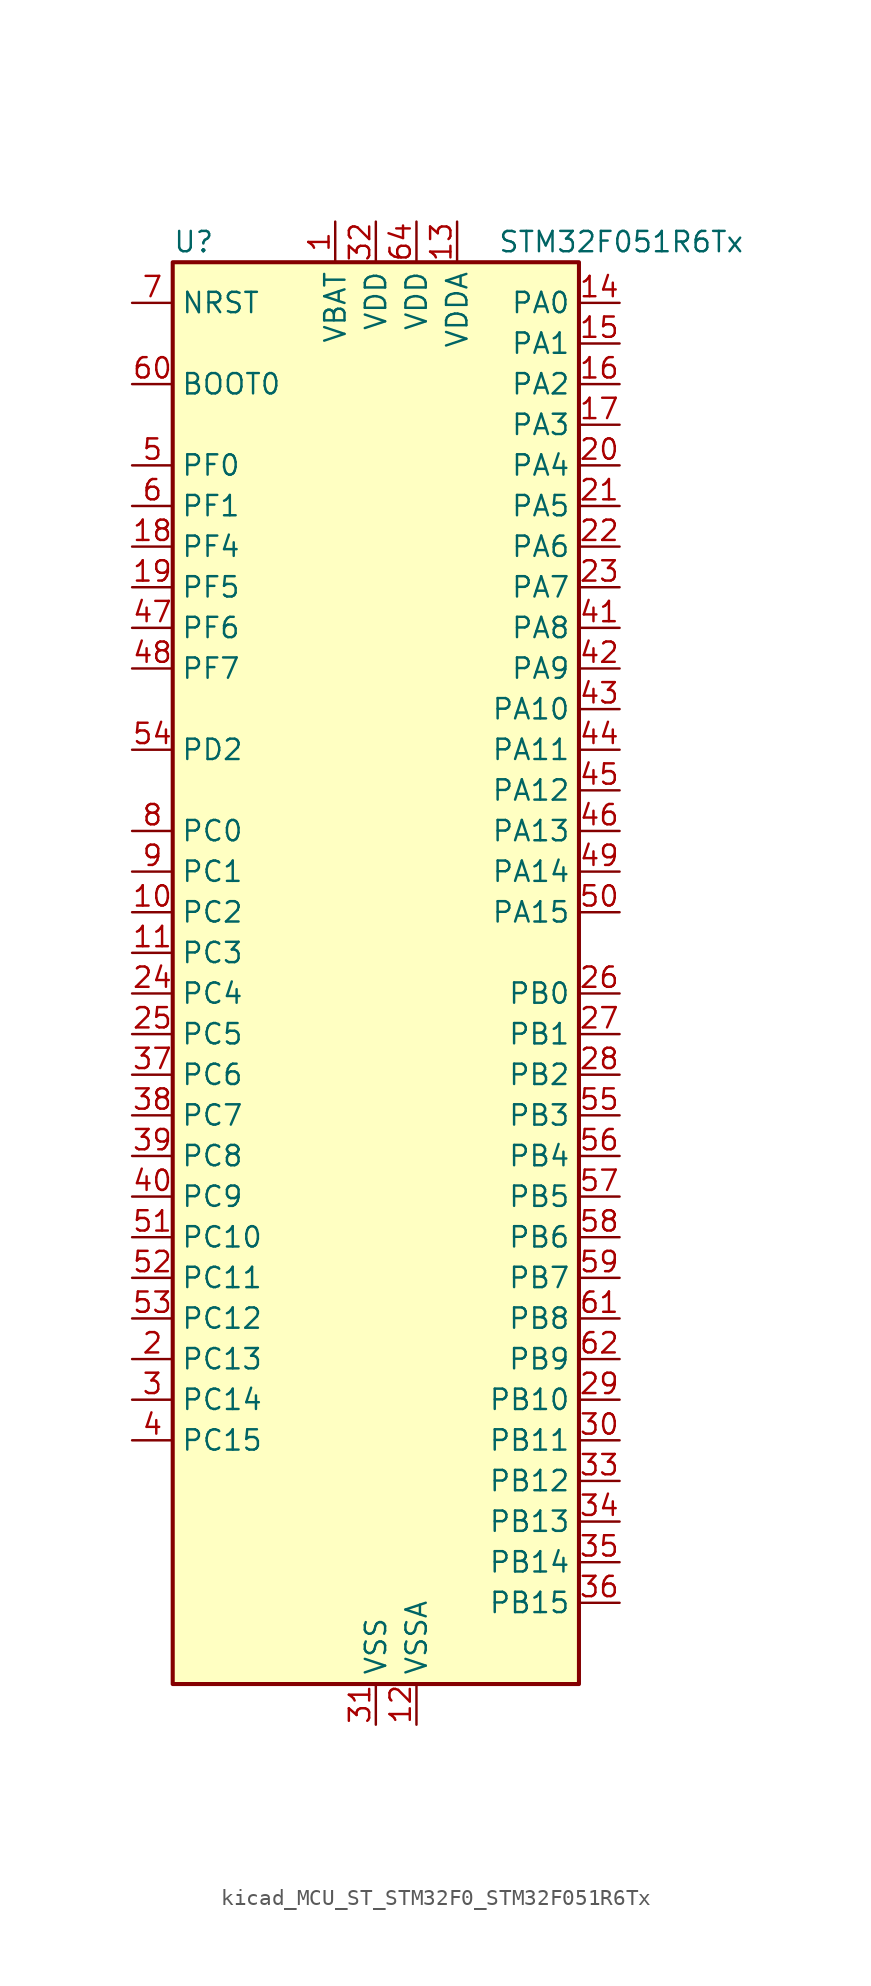
<source format=kicad_sym>
(kicad_symbol_lib
  (version 20220914)
  (generator kicad_symbol_editor)
  (symbol "kicad_MCU_ST_STM32F0_STM32F051R6Tx"
    (property "Reference" "U"
      (at -12.7 46.99 0)
      (effects (font (size 1.27 1.27)) (justify left)))
    (property "Value" "STM32F051R6Tx"
      (at 7.62 46.99 0)
      (effects (font (size 1.27 1.27)) (justify left)))
    (property "ki_locked" ""
      (at 0 0 0)
      (effects (font (size 1.27 1.27))))
    (symbol "kicad_MCU_ST_STM32F0_STM32F051R6Tx_0_1"
      (rectangle (start -12.7 -43.18) (end 12.7 45.72) (stroke (width 0.254) (type default)) (fill (type background))))
    (symbol "kicad_MCU_ST_STM32F0_STM32F051R6Tx_1_1"
      (pin power_in line (at -2.54 48.26 270) (length 2.54) (name "VBAT" (effects (font (size 1.27 1.27)))) (number "1" (effects (font (size 1.27 1.27)))))
      (pin bidirectional line (at -15.24 5.08 0) (length 2.54) (name "PC2" (effects (font (size 1.27 1.27)))) (number "10" (effects (font (size 1.27 1.27)))) (alternate "ADC_IN12" bidirectional line))
      (pin bidirectional line (at -15.24 2.54 0) (length 2.54) (name "PC3" (effects (font (size 1.27 1.27)))) (number "11" (effects (font (size 1.27 1.27)))) (alternate "ADC_IN13" bidirectional line))
      (pin power_in line (at 2.54 -45.72 90) (length 2.54) (name "VSSA" (effects (font (size 1.27 1.27)))) (number "12" (effects (font (size 1.27 1.27)))))
      (pin power_in line (at 5.08 48.26 270) (length 2.54) (name "VDDA" (effects (font (size 1.27 1.27)))) (number "13" (effects (font (size 1.27 1.27)))))
      (pin bidirectional line (at 15.24 43.18 180) (length 2.54) (name "PA0" (effects (font (size 1.27 1.27)))) (number "14" (effects (font (size 1.27 1.27)))) (alternate "ADC_IN0" bidirectional line) (alternate "COMP1_INM" bidirectional line) (alternate "COMP1_OUT" bidirectional line) (alternate "RTC_TAMP2" bidirectional line) (alternate "SYS_WKUP1" bidirectional line) (alternate "TIM2_CH1" bidirectional line) (alternate "TIM2_ETR" bidirectional line) (alternate "TSC_G1_IO1" bidirectional line) (alternate "USART2_CTS" bidirectional line))
      (pin bidirectional line (at 15.24 40.64 180) (length 2.54) (name "PA1" (effects (font (size 1.27 1.27)))) (number "15" (effects (font (size 1.27 1.27)))) (alternate "ADC_IN1" bidirectional line) (alternate "COMP1_INP" bidirectional line) (alternate "TIM2_CH2" bidirectional line) (alternate "TSC_G1_IO2" bidirectional line) (alternate "USART2_DE" bidirectional line) (alternate "USART2_RTS" bidirectional line))
      (pin bidirectional line (at 15.24 38.1 180) (length 2.54) (name "PA2" (effects (font (size 1.27 1.27)))) (number "16" (effects (font (size 1.27 1.27)))) (alternate "ADC_IN2" bidirectional line) (alternate "COMP2_INM" bidirectional line) (alternate "COMP2_OUT" bidirectional line) (alternate "TIM15_CH1" bidirectional line) (alternate "TIM2_CH3" bidirectional line) (alternate "TSC_G1_IO3" bidirectional line) (alternate "USART2_TX" bidirectional line))
      (pin bidirectional line (at 15.24 35.56 180) (length 2.54) (name "PA3" (effects (font (size 1.27 1.27)))) (number "17" (effects (font (size 1.27 1.27)))) (alternate "ADC_IN3" bidirectional line) (alternate "COMP2_INP" bidirectional line) (alternate "TIM15_CH2" bidirectional line) (alternate "TIM2_CH4" bidirectional line) (alternate "TSC_G1_IO4" bidirectional line) (alternate "USART2_RX" bidirectional line))
      (pin bidirectional line (at -15.24 27.94 0) (length 2.54) (name "PF4" (effects (font (size 1.27 1.27)))) (number "18" (effects (font (size 1.27 1.27)))))
      (pin bidirectional line (at -15.24 25.4 0) (length 2.54) (name "PF5" (effects (font (size 1.27 1.27)))) (number "19" (effects (font (size 1.27 1.27)))))
      (pin bidirectional line (at -15.24 -22.86 0) (length 2.54) (name "PC13" (effects (font (size 1.27 1.27)))) (number "2" (effects (font (size 1.27 1.27)))) (alternate "RTC_OUT_ALARM" bidirectional line) (alternate "RTC_OUT_CALIB" bidirectional line) (alternate "RTC_TAMP1" bidirectional line) (alternate "RTC_TS" bidirectional line) (alternate "SYS_WKUP2" bidirectional line))
      (pin bidirectional line (at 15.24 33.02 180) (length 2.54) (name "PA4" (effects (font (size 1.27 1.27)))) (number "20" (effects (font (size 1.27 1.27)))) (alternate "ADC_IN4" bidirectional line) (alternate "COMP1_INM" bidirectional line) (alternate "COMP2_INM" bidirectional line) (alternate "DAC1_OUT1" bidirectional line) (alternate "I2S1_WS" bidirectional line) (alternate "SPI1_NSS" bidirectional line) (alternate "TIM14_CH1" bidirectional line) (alternate "TSC_G2_IO1" bidirectional line) (alternate "USART2_CK" bidirectional line))
      (pin bidirectional line (at 15.24 30.48 180) (length 2.54) (name "PA5" (effects (font (size 1.27 1.27)))) (number "21" (effects (font (size 1.27 1.27)))) (alternate "ADC_IN5" bidirectional line) (alternate "CEC" bidirectional line) (alternate "COMP1_INM" bidirectional line) (alternate "COMP2_INM" bidirectional line) (alternate "I2S1_CK" bidirectional line) (alternate "SPI1_SCK" bidirectional line) (alternate "TIM2_CH1" bidirectional line) (alternate "TIM2_ETR" bidirectional line) (alternate "TSC_G2_IO2" bidirectional line))
      (pin bidirectional line (at 15.24 27.94 180) (length 2.54) (name "PA6" (effects (font (size 1.27 1.27)))) (number "22" (effects (font (size 1.27 1.27)))) (alternate "ADC_IN6" bidirectional line) (alternate "COMP1_OUT" bidirectional line) (alternate "I2S1_MCK" bidirectional line) (alternate "SPI1_MISO" bidirectional line) (alternate "TIM16_CH1" bidirectional line) (alternate "TIM1_BKIN" bidirectional line) (alternate "TIM3_CH1" bidirectional line) (alternate "TSC_G2_IO3" bidirectional line))
      (pin bidirectional line (at 15.24 25.4 180) (length 2.54) (name "PA7" (effects (font (size 1.27 1.27)))) (number "23" (effects (font (size 1.27 1.27)))) (alternate "ADC_IN7" bidirectional line) (alternate "COMP2_OUT" bidirectional line) (alternate "I2S1_SD" bidirectional line) (alternate "SPI1_MOSI" bidirectional line) (alternate "TIM14_CH1" bidirectional line) (alternate "TIM17_CH1" bidirectional line) (alternate "TIM1_CH1N" bidirectional line) (alternate "TIM3_CH2" bidirectional line) (alternate "TSC_G2_IO4" bidirectional line))
      (pin bidirectional line (at -15.24 0 0) (length 2.54) (name "PC4" (effects (font (size 1.27 1.27)))) (number "24" (effects (font (size 1.27 1.27)))) (alternate "ADC_IN14" bidirectional line))
      (pin bidirectional line (at -15.24 -2.54 0) (length 2.54) (name "PC5" (effects (font (size 1.27 1.27)))) (number "25" (effects (font (size 1.27 1.27)))) (alternate "ADC_IN15" bidirectional line) (alternate "TSC_G3_IO1" bidirectional line))
      (pin bidirectional line (at 15.24 0 180) (length 2.54) (name "PB0" (effects (font (size 1.27 1.27)))) (number "26" (effects (font (size 1.27 1.27)))) (alternate "ADC_IN8" bidirectional line) (alternate "TIM1_CH2N" bidirectional line) (alternate "TIM3_CH3" bidirectional line) (alternate "TSC_G3_IO2" bidirectional line))
      (pin bidirectional line (at 15.24 -2.54 180) (length 2.54) (name "PB1" (effects (font (size 1.27 1.27)))) (number "27" (effects (font (size 1.27 1.27)))) (alternate "ADC_IN9" bidirectional line) (alternate "TIM14_CH1" bidirectional line) (alternate "TIM1_CH3N" bidirectional line) (alternate "TIM3_CH4" bidirectional line) (alternate "TSC_G3_IO3" bidirectional line))
      (pin bidirectional line (at 15.24 -5.08 180) (length 2.54) (name "PB2" (effects (font (size 1.27 1.27)))) (number "28" (effects (font (size 1.27 1.27)))) (alternate "TSC_G3_IO4" bidirectional line))
      (pin bidirectional line (at 15.24 -25.4 180) (length 2.54) (name "PB10" (effects (font (size 1.27 1.27)))) (number "29" (effects (font (size 1.27 1.27)))) (alternate "CEC" bidirectional line) (alternate "TIM2_CH3" bidirectional line) (alternate "TSC_SYNC" bidirectional line))
      (pin bidirectional line (at -15.24 -25.4 0) (length 2.54) (name "PC14" (effects (font (size 1.27 1.27)))) (number "3" (effects (font (size 1.27 1.27)))) (alternate "RCC_OSC32_IN" bidirectional line))
      (pin bidirectional line (at 15.24 -27.94 180) (length 2.54) (name "PB11" (effects (font (size 1.27 1.27)))) (number "30" (effects (font (size 1.27 1.27)))) (alternate "TIM2_CH4" bidirectional line) (alternate "TSC_G6_IO1" bidirectional line))
      (pin power_in line (at 0 -45.72 90) (length 2.54) (name "VSS" (effects (font (size 1.27 1.27)))) (number "31" (effects (font (size 1.27 1.27)))))
      (pin power_in line (at 0 48.26 270) (length 2.54) (name "VDD" (effects (font (size 1.27 1.27)))) (number "32" (effects (font (size 1.27 1.27)))))
      (pin bidirectional line (at 15.24 -30.48 180) (length 2.54) (name "PB12" (effects (font (size 1.27 1.27)))) (number "33" (effects (font (size 1.27 1.27)))) (alternate "SPI2_NSS" bidirectional line) (alternate "TIM1_BKIN" bidirectional line) (alternate "TSC_G6_IO2" bidirectional line))
      (pin bidirectional line (at 15.24 -33.02 180) (length 2.54) (name "PB13" (effects (font (size 1.27 1.27)))) (number "34" (effects (font (size 1.27 1.27)))) (alternate "SPI2_SCK" bidirectional line) (alternate "TIM1_CH1N" bidirectional line) (alternate "TSC_G6_IO3" bidirectional line))
      (pin bidirectional line (at 15.24 -35.56 180) (length 2.54) (name "PB14" (effects (font (size 1.27 1.27)))) (number "35" (effects (font (size 1.27 1.27)))) (alternate "SPI2_MISO" bidirectional line) (alternate "TIM15_CH1" bidirectional line) (alternate "TIM1_CH2N" bidirectional line) (alternate "TSC_G6_IO4" bidirectional line))
      (pin bidirectional line (at 15.24 -38.1 180) (length 2.54) (name "PB15" (effects (font (size 1.27 1.27)))) (number "36" (effects (font (size 1.27 1.27)))) (alternate "RTC_REFIN" bidirectional line) (alternate "SPI2_MOSI" bidirectional line) (alternate "TIM15_CH1N" bidirectional line) (alternate "TIM15_CH2" bidirectional line) (alternate "TIM1_CH3N" bidirectional line))
      (pin bidirectional line (at -15.24 -5.08 0) (length 2.54) (name "PC6" (effects (font (size 1.27 1.27)))) (number "37" (effects (font (size 1.27 1.27)))) (alternate "TIM3_CH1" bidirectional line))
      (pin bidirectional line (at -15.24 -7.62 0) (length 2.54) (name "PC7" (effects (font (size 1.27 1.27)))) (number "38" (effects (font (size 1.27 1.27)))) (alternate "TIM3_CH2" bidirectional line))
      (pin bidirectional line (at -15.24 -10.16 0) (length 2.54) (name "PC8" (effects (font (size 1.27 1.27)))) (number "39" (effects (font (size 1.27 1.27)))) (alternate "TIM3_CH3" bidirectional line))
      (pin bidirectional line (at -15.24 -27.94 0) (length 2.54) (name "PC15" (effects (font (size 1.27 1.27)))) (number "4" (effects (font (size 1.27 1.27)))) (alternate "RCC_OSC32_OUT" bidirectional line))
      (pin bidirectional line (at -15.24 -12.7 0) (length 2.54) (name "PC9" (effects (font (size 1.27 1.27)))) (number "40" (effects (font (size 1.27 1.27)))) (alternate "DAC1_EXTI9" bidirectional line) (alternate "TIM3_CH4" bidirectional line))
      (pin bidirectional line (at 15.24 22.86 180) (length 2.54) (name "PA8" (effects (font (size 1.27 1.27)))) (number "41" (effects (font (size 1.27 1.27)))) (alternate "RCC_MCO" bidirectional line) (alternate "TIM1_CH1" bidirectional line) (alternate "USART1_CK" bidirectional line))
      (pin bidirectional line (at 15.24 20.32 180) (length 2.54) (name "PA9" (effects (font (size 1.27 1.27)))) (number "42" (effects (font (size 1.27 1.27)))) (alternate "DAC1_EXTI9" bidirectional line) (alternate "TIM15_BKIN" bidirectional line) (alternate "TIM1_CH2" bidirectional line) (alternate "TSC_G4_IO1" bidirectional line) (alternate "USART1_TX" bidirectional line))
      (pin bidirectional line (at 15.24 17.78 180) (length 2.54) (name "PA10" (effects (font (size 1.27 1.27)))) (number "43" (effects (font (size 1.27 1.27)))) (alternate "TIM17_BKIN" bidirectional line) (alternate "TIM1_CH3" bidirectional line) (alternate "TSC_G4_IO2" bidirectional line) (alternate "USART1_RX" bidirectional line))
      (pin bidirectional line (at 15.24 15.24 180) (length 2.54) (name "PA11" (effects (font (size 1.27 1.27)))) (number "44" (effects (font (size 1.27 1.27)))) (alternate "COMP1_OUT" bidirectional line) (alternate "TIM1_CH4" bidirectional line) (alternate "TSC_G4_IO3" bidirectional line) (alternate "USART1_CTS" bidirectional line))
      (pin bidirectional line (at 15.24 12.7 180) (length 2.54) (name "PA12" (effects (font (size 1.27 1.27)))) (number "45" (effects (font (size 1.27 1.27)))) (alternate "COMP2_OUT" bidirectional line) (alternate "TIM1_ETR" bidirectional line) (alternate "TSC_G4_IO4" bidirectional line) (alternate "USART1_DE" bidirectional line) (alternate "USART1_RTS" bidirectional line))
      (pin bidirectional line (at 15.24 10.16 180) (length 2.54) (name "PA13" (effects (font (size 1.27 1.27)))) (number "46" (effects (font (size 1.27 1.27)))) (alternate "IR_OUT" bidirectional line) (alternate "SYS_SWDIO" bidirectional line))
      (pin bidirectional line (at -15.24 22.86 0) (length 2.54) (name "PF6" (effects (font (size 1.27 1.27)))) (number "47" (effects (font (size 1.27 1.27)))))
      (pin bidirectional line (at -15.24 20.32 0) (length 2.54) (name "PF7" (effects (font (size 1.27 1.27)))) (number "48" (effects (font (size 1.27 1.27)))))
      (pin bidirectional line (at 15.24 7.62 180) (length 2.54) (name "PA14" (effects (font (size 1.27 1.27)))) (number "49" (effects (font (size 1.27 1.27)))) (alternate "SYS_SWCLK" bidirectional line) (alternate "USART2_TX" bidirectional line))
      (pin bidirectional line (at -15.24 33.02 0) (length 2.54) (name "PF0" (effects (font (size 1.27 1.27)))) (number "5" (effects (font (size 1.27 1.27)))) (alternate "RCC_OSC_IN" bidirectional line))
      (pin bidirectional line (at 15.24 5.08 180) (length 2.54) (name "PA15" (effects (font (size 1.27 1.27)))) (number "50" (effects (font (size 1.27 1.27)))) (alternate "I2S1_WS" bidirectional line) (alternate "SPI1_NSS" bidirectional line) (alternate "TIM2_CH1" bidirectional line) (alternate "TIM2_ETR" bidirectional line) (alternate "USART2_RX" bidirectional line))
      (pin bidirectional line (at -15.24 -15.24 0) (length 2.54) (name "PC10" (effects (font (size 1.27 1.27)))) (number "51" (effects (font (size 1.27 1.27)))))
      (pin bidirectional line (at -15.24 -17.78 0) (length 2.54) (name "PC11" (effects (font (size 1.27 1.27)))) (number "52" (effects (font (size 1.27 1.27)))))
      (pin bidirectional line (at -15.24 -20.32 0) (length 2.54) (name "PC12" (effects (font (size 1.27 1.27)))) (number "53" (effects (font (size 1.27 1.27)))))
      (pin bidirectional line (at -15.24 15.24 0) (length 2.54) (name "PD2" (effects (font (size 1.27 1.27)))) (number "54" (effects (font (size 1.27 1.27)))) (alternate "TIM3_ETR" bidirectional line))
      (pin bidirectional line (at 15.24 -7.62 180) (length 2.54) (name "PB3" (effects (font (size 1.27 1.27)))) (number "55" (effects (font (size 1.27 1.27)))) (alternate "I2S1_CK" bidirectional line) (alternate "SPI1_SCK" bidirectional line) (alternate "TIM2_CH2" bidirectional line) (alternate "TSC_G5_IO1" bidirectional line))
      (pin bidirectional line (at 15.24 -10.16 180) (length 2.54) (name "PB4" (effects (font (size 1.27 1.27)))) (number "56" (effects (font (size 1.27 1.27)))) (alternate "I2S1_MCK" bidirectional line) (alternate "SPI1_MISO" bidirectional line) (alternate "TIM3_CH1" bidirectional line) (alternate "TSC_G5_IO2" bidirectional line))
      (pin bidirectional line (at 15.24 -12.7 180) (length 2.54) (name "PB5" (effects (font (size 1.27 1.27)))) (number "57" (effects (font (size 1.27 1.27)))) (alternate "I2C1_SMBA" bidirectional line) (alternate "I2S1_SD" bidirectional line) (alternate "SPI1_MOSI" bidirectional line) (alternate "TIM16_BKIN" bidirectional line) (alternate "TIM3_CH2" bidirectional line))
      (pin bidirectional line (at 15.24 -15.24 180) (length 2.54) (name "PB6" (effects (font (size 1.27 1.27)))) (number "58" (effects (font (size 1.27 1.27)))) (alternate "I2C1_SCL" bidirectional line) (alternate "TIM16_CH1N" bidirectional line) (alternate "TSC_G5_IO3" bidirectional line) (alternate "USART1_TX" bidirectional line))
      (pin bidirectional line (at 15.24 -17.78 180) (length 2.54) (name "PB7" (effects (font (size 1.27 1.27)))) (number "59" (effects (font (size 1.27 1.27)))) (alternate "I2C1_SDA" bidirectional line) (alternate "TIM17_CH1N" bidirectional line) (alternate "TSC_G5_IO4" bidirectional line) (alternate "USART1_RX" bidirectional line))
      (pin bidirectional line (at -15.24 30.48 0) (length 2.54) (name "PF1" (effects (font (size 1.27 1.27)))) (number "6" (effects (font (size 1.27 1.27)))) (alternate "RCC_OSC_OUT" bidirectional line))
      (pin input line (at -15.24 38.1 0) (length 2.54) (name "BOOT0" (effects (font (size 1.27 1.27)))) (number "60" (effects (font (size 1.27 1.27)))))
      (pin bidirectional line (at 15.24 -20.32 180) (length 2.54) (name "PB8" (effects (font (size 1.27 1.27)))) (number "61" (effects (font (size 1.27 1.27)))) (alternate "CEC" bidirectional line) (alternate "I2C1_SCL" bidirectional line) (alternate "TIM16_CH1" bidirectional line) (alternate "TSC_SYNC" bidirectional line))
      (pin bidirectional line (at 15.24 -22.86 180) (length 2.54) (name "PB9" (effects (font (size 1.27 1.27)))) (number "62" (effects (font (size 1.27 1.27)))) (alternate "DAC1_EXTI9" bidirectional line) (alternate "I2C1_SDA" bidirectional line) (alternate "IR_OUT" bidirectional line) (alternate "TIM17_CH1" bidirectional line))
      (pin passive line (at 0 -45.72 90) (length 2.54) hide (name "VSS" (effects (font (size 1.27 1.27)))) (number "63" (effects (font (size 1.27 1.27)))))
      (pin power_in line (at 2.54 48.26 270) (length 2.54) (name "VDD" (effects (font (size 1.27 1.27)))) (number "64" (effects (font (size 1.27 1.27)))))
      (pin input line (at -15.24 43.18 0) (length 2.54) (name "NRST" (effects (font (size 1.27 1.27)))) (number "7" (effects (font (size 1.27 1.27)))))
      (pin bidirectional line (at -15.24 10.16 0) (length 2.54) (name "PC0" (effects (font (size 1.27 1.27)))) (number "8" (effects (font (size 1.27 1.27)))) (alternate "ADC_IN10" bidirectional line))
      (pin bidirectional line (at -15.24 7.62 0) (length 2.54) (name "PC1" (effects (font (size 1.27 1.27)))) (number "9" (effects (font (size 1.27 1.27)))) (alternate "ADC_IN11" bidirectional line)))))
</source>
